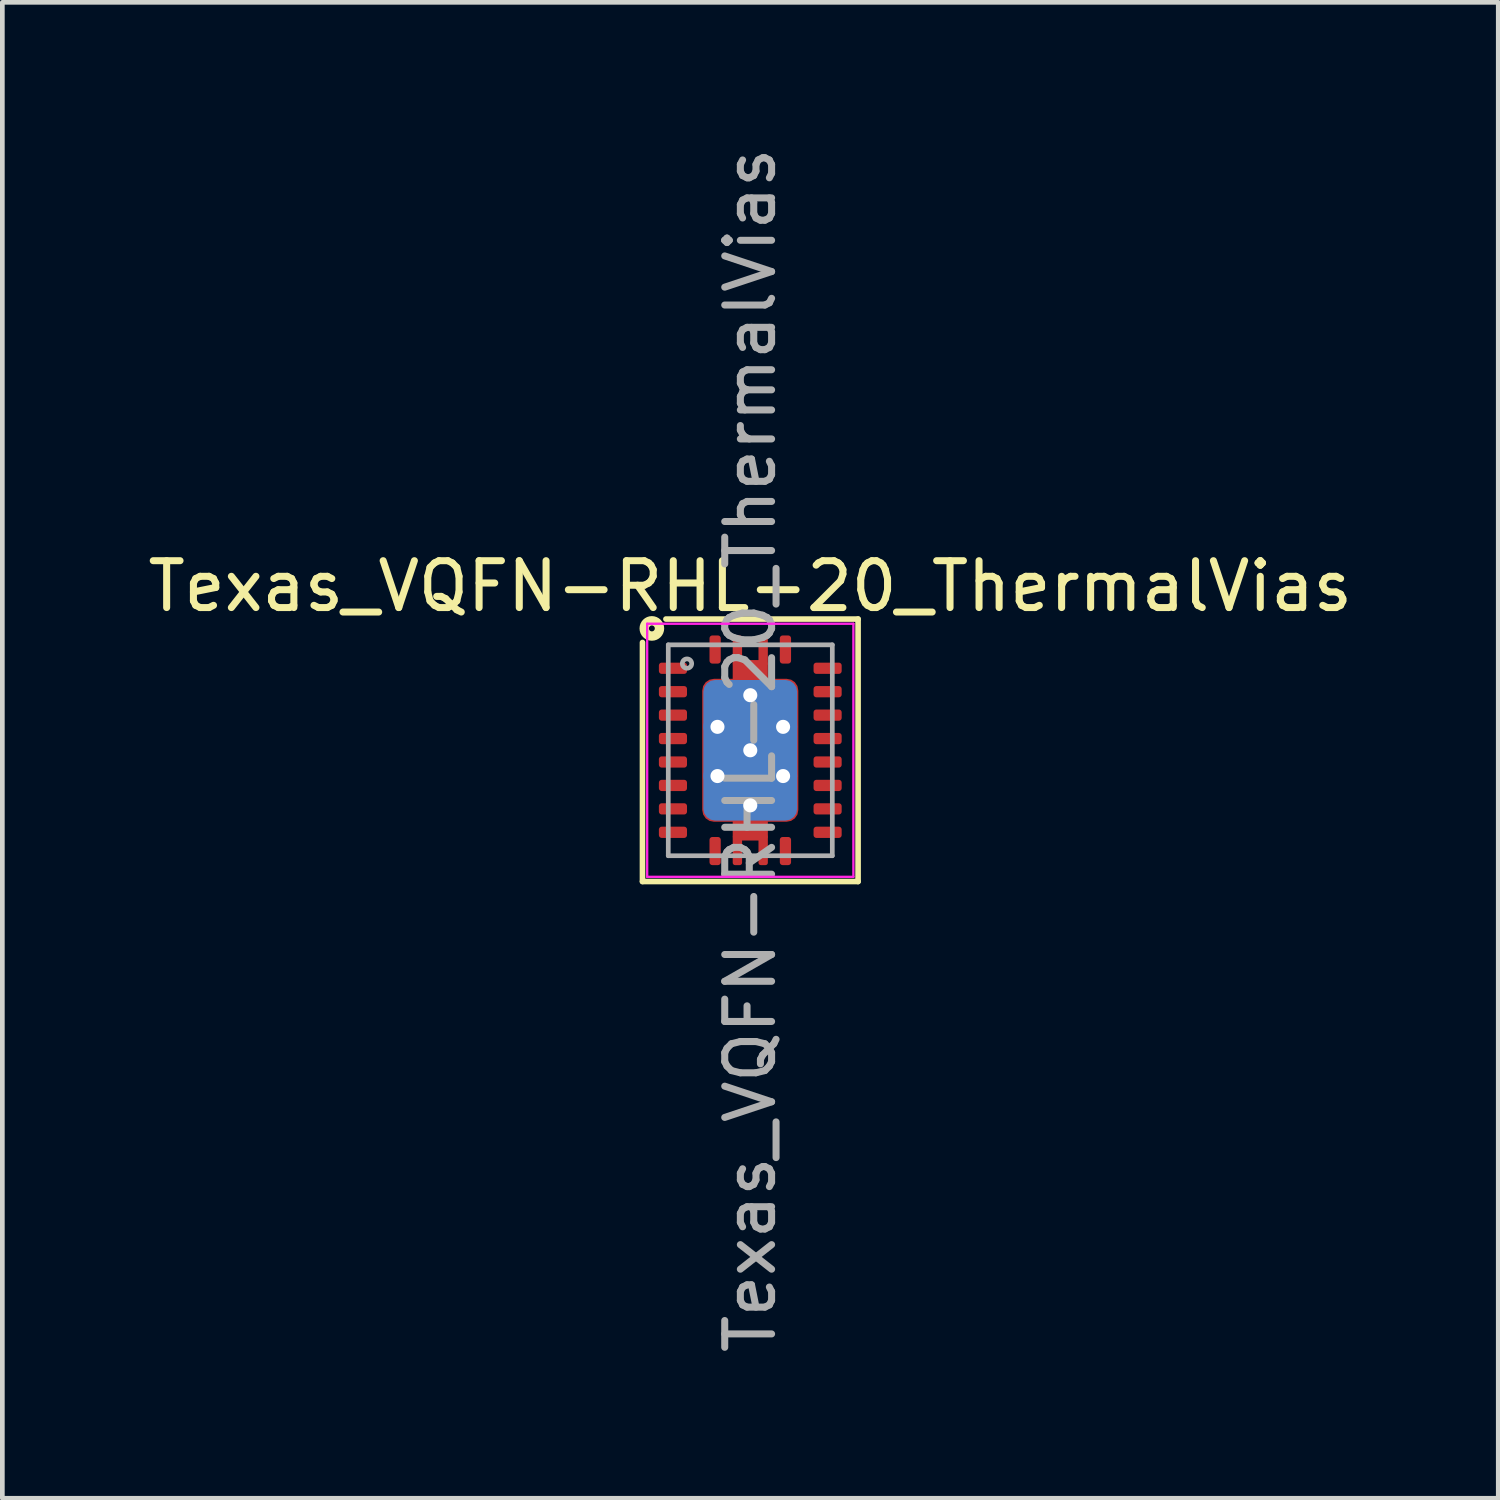
<source format=kicad_pcb>
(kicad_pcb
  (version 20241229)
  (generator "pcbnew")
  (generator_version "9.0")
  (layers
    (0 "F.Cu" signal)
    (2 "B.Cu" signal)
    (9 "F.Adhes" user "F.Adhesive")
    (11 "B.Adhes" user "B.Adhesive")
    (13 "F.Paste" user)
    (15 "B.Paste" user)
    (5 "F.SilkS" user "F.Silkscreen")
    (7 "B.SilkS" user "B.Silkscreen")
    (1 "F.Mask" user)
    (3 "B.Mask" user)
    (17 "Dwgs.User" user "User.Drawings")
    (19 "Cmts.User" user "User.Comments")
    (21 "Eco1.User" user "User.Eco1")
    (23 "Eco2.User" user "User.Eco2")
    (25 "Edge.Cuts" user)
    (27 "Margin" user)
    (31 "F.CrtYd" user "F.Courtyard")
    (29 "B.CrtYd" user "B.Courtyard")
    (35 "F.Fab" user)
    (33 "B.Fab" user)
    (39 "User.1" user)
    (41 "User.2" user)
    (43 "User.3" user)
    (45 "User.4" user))
  (footprint "Texas_VQFN-RHL-20_ThermalVias"
    (layer "F.Cu")
    (at 12.958 12.958)
    (property "Reference" "Texas_VQFN-RHL-20_ThermalVias" (at 0 -3.5 0) (layer "F.SilkS") (effects (font (size 1 1) (thickness 0.15))))
    (attr smd)
    (fp_line (start -2.3 -2.3) (end -2.3 2.8) (stroke (width 0.12) (type solid)) (layer "F.SilkS"))
    (fp_line (start -2.3 2.8) (end 2.3 2.8) (stroke (width 0.12) (type solid)) (layer "F.SilkS"))
    (fp_line (start 2.3 -2.8) (end -1.8 -2.8) (stroke (width 0.12) (type solid)) (layer "F.SilkS"))
    (fp_line (start 2.3 2.8) (end 2.3 -2.8) (stroke (width 0.12) (type solid)) (layer "F.SilkS"))
    (fp_circle (center -2.1 -2.6) (end -2.037 -2.6) (stroke (width 0.2) (type solid)) (fill no) (layer "F.SilkS"))
    (fp_line (start -2.2 -2.7) (end -2.2 2.7) (stroke (width 0.05) (type solid)) (layer "F.CrtYd"))
    (fp_line (start -2.2 -2.7) (end 2.2 -2.7) (stroke (width 0.05) (type solid)) (layer "F.CrtYd"))
    (fp_line (start -2.2 2.7) (end 2.2 2.7) (stroke (width 0.05) (type solid)) (layer "F.CrtYd"))
    (fp_line (start 2.2 -2.7) (end 2.2 2.7) (stroke (width 0.05) (type solid)) (layer "F.CrtYd"))
    (fp_line (start -1.75 -2.25) (end -1.75 2.25) (stroke (width 0.1) (type solid)) (layer "F.Fab"))
    (fp_line (start -1.75 -2.25) (end 1.75 -2.25) (stroke (width 0.1) (type solid)) (layer "F.Fab"))
    (fp_line (start -1.75 2.25) (end 1.75 2.25) (stroke (width 0.1) (type solid)) (layer "F.Fab"))
    (fp_line (start 1.75 -2.25) (end 1.75 2.25) (stroke (width 0.1) (type solid)) (layer "F.Fab"))
    (fp_circle (center -1.35 -1.85) (end -1.25 -1.85) (stroke (width 0.1) (type solid)) (fill no) (layer "F.Fab"))
    (fp_text user "${REFERENCE}" (at 0 0 90) (layer "F.Fab") (effects (font (size 1 1) (thickness 0.15))))
    (pad "" smd roundrect (at -0.56 -1.05) (size 0.92 0.85) (layers "F.Paste") (roundrect_rratio 0.25))
    (pad "" smd roundrect (at -0.56 0) (size 0.92 0.85) (layers "F.Paste") (roundrect_rratio 0.25))
    (pad "" smd roundrect (at -0.56 1.05) (size 0.92 0.85) (layers "F.Paste") (roundrect_rratio 0.25))
    (pad "" smd roundrect (at 0 -1.8) (size 0.75 0.25) (layers "F.Paste") (roundrect_rratio 0.25))
    (pad "" smd roundrect (at 0 1.8) (size 0.75 0.25) (layers "F.Paste") (roundrect_rratio 0.25))
    (pad "" smd roundrect (at 0.56 -1.05) (size 0.92 0.85) (layers "F.Paste") (roundrect_rratio 0.25))
    (pad "" smd roundrect (at 0.56 0) (size 0.92 0.85) (layers "F.Paste") (roundrect_rratio 0.25))
    (pad "" smd roundrect (at 0.56 1.05) (size 0.92 0.85) (layers "F.Paste") (roundrect_rratio 0.25))
    (pad "1" smd roundrect (at -0.75 -2.15) (size 0.24 0.6) (layers "F.Cu" "F.Mask" "F.Paste") (roundrect_rratio 0.25))
    (pad "2" smd roundrect (at -1.65 -1.75) (size 0.6 0.24) (layers "F.Cu" "F.Mask" "F.Paste") (roundrect_rratio 0.25))
    (pad "3" smd roundrect (at -1.65 -1.25) (size 0.6 0.24) (layers "F.Cu" "F.Mask" "F.Paste") (roundrect_rratio 0.25))
    (pad "4" smd roundrect (at -1.65 -0.75) (size 0.6 0.24) (layers "F.Cu" "F.Mask" "F.Paste") (roundrect_rratio 0.25))
    (pad "5" smd roundrect (at -1.65 -0.25) (size 0.6 0.24) (layers "F.Cu" "F.Mask" "F.Paste") (roundrect_rratio 0.25))
    (pad "6" smd roundrect (at -1.65 0.25) (size 0.6 0.24) (layers "F.Cu" "F.Mask" "F.Paste") (roundrect_rratio 0.25))
    (pad "7" smd roundrect (at -1.65 0.75) (size 0.6 0.24) (layers "F.Cu" "F.Mask" "F.Paste") (roundrect_rratio 0.25))
    (pad "8" smd roundrect (at -1.65 1.25) (size 0.6 0.24) (layers "F.Cu" "F.Mask" "F.Paste") (roundrect_rratio 0.25))
    (pad "9" smd roundrect (at -1.65 1.75) (size 0.6 0.24) (layers "F.Cu" "F.Mask" "F.Paste") (roundrect_rratio 0.25))
    (pad "10" smd roundrect (at -0.75 2.15) (size 0.24 0.6) (layers "F.Cu" "F.Mask" "F.Paste") (roundrect_rratio 0.25))
    (pad "11" smd roundrect (at 0.75 2.15) (size 0.24 0.6) (layers "F.Cu" "F.Mask" "F.Paste") (roundrect_rratio 0.25))
    (pad "12" smd roundrect (at 1.65 1.75) (size 0.6 0.24) (layers "F.Cu" "F.Mask" "F.Paste") (roundrect_rratio 0.25))
    (pad "13" smd roundrect (at 1.65 1.25) (size 0.6 0.24) (layers "F.Cu" "F.Mask" "F.Paste") (roundrect_rratio 0.25))
    (pad "14" smd roundrect (at 1.65 0.75) (size 0.6 0.24) (layers "F.Cu" "F.Mask" "F.Paste") (roundrect_rratio 0.25))
    (pad "15" smd roundrect (at 1.65 0.25) (size 0.6 0.24) (layers "F.Cu" "F.Mask" "F.Paste") (roundrect_rratio 0.25))
    (pad "16" smd roundrect (at 1.65 -0.25) (size 0.6 0.24) (layers "F.Cu" "F.Mask" "F.Paste") (roundrect_rratio 0.25))
    (pad "17" smd roundrect (at 1.65 -0.75) (size 0.6 0.24) (layers "F.Cu" "F.Mask" "F.Paste") (roundrect_rratio 0.25))
    (pad "18" smd roundrect (at 1.65 -1.25) (size 0.6 0.24) (layers "F.Cu" "F.Mask" "F.Paste") (roundrect_rratio 0.25))
    (pad "19" smd roundrect (at 1.65 -1.75) (size 0.6 0.24) (layers "F.Cu" "F.Mask" "F.Paste") (roundrect_rratio 0.25))
    (pad "20" smd roundrect (at 0.75 -2.15) (size 0.24 0.6) (layers "F.Cu" "F.Mask" "F.Paste") (roundrect_rratio 0.25))
    (pad "21" thru_hole circle (at -0.7 -0.5) (size 0.6 0.6) (drill 0.3) (property pad_prop_heatsink) (layers "*.Cu"))
    (pad "21" thru_hole circle (at -0.7 0.55) (size 0.6 0.6) (drill 0.3) (property pad_prop_heatsink) (layers "*.Cu"))
    (pad "21" smd roundrect (at -0.275 -2.125) (size 0.2 0.65) (layers "F.Cu" "F.Mask" "F.Paste") (roundrect_rratio 0.25))
    (pad "21" smd roundrect (at -0.275 2.125) (size 0.2 0.65) (layers "F.Cu" "F.Mask" "F.Paste") (roundrect_rratio 0.25))
    (pad "21" smd roundrect (at 0 -1.55) (size 0.75 0.75) (layers "F.Cu" "F.Mask") (roundrect_rratio 0.122))
    (pad "21" thru_hole circle (at 0 -1.175) (size 0.6 0.6) (drill 0.3) (property pad_prop_heatsink) (layers "*.Cu"))
    (pad "21" thru_hole circle (at 0 0) (size 0.6 0.6) (drill 0.3) (property pad_prop_heatsink) (layers "*.Cu"))
    (pad "21" smd roundrect (at 0 0) (size 2 3) (layers "B.Cu" "B.Mask") (roundrect_rratio 0.125))
    (pad "21" smd roundrect (at 0 0) (size 2.05 3.05) (layers "F.Cu" "F.Mask") (roundrect_rratio 0.122))
    (pad "21" thru_hole circle (at 0 1.175) (size 0.6 0.6) (drill 0.3) (property pad_prop_heatsink) (layers "*.Cu"))
    (pad "21" smd roundrect (at 0 1.55) (size 0.75 0.75) (layers "F.Cu" "F.Mask") (roundrect_rratio 0.122))
    (pad "21" smd roundrect (at 0.275 -2.125) (size 0.2 0.65) (layers "F.Cu" "F.Mask" "F.Paste") (roundrect_rratio 0.25))
    (pad "21" smd roundrect (at 0.275 2.125) (size 0.2 0.65) (layers "F.Cu" "F.Mask" "F.Paste") (roundrect_rratio 0.25))
    (pad "21" thru_hole circle (at 0.7 -0.5) (size 0.6 0.6) (drill 0.3) (property pad_prop_heatsink) (layers "*.Cu"))
    (pad "21" thru_hole circle (at 0.7 0.55) (size 0.6 0.6) (drill 0.3) (property pad_prop_heatsink) (layers "*.Cu")))
  (gr_rect
    (start -3 -3)
    (end 28.917 28.917)
    (stroke (width 0.1) (type default))
    (fill no)
    (layer "Edge.Cuts")))
</source>
